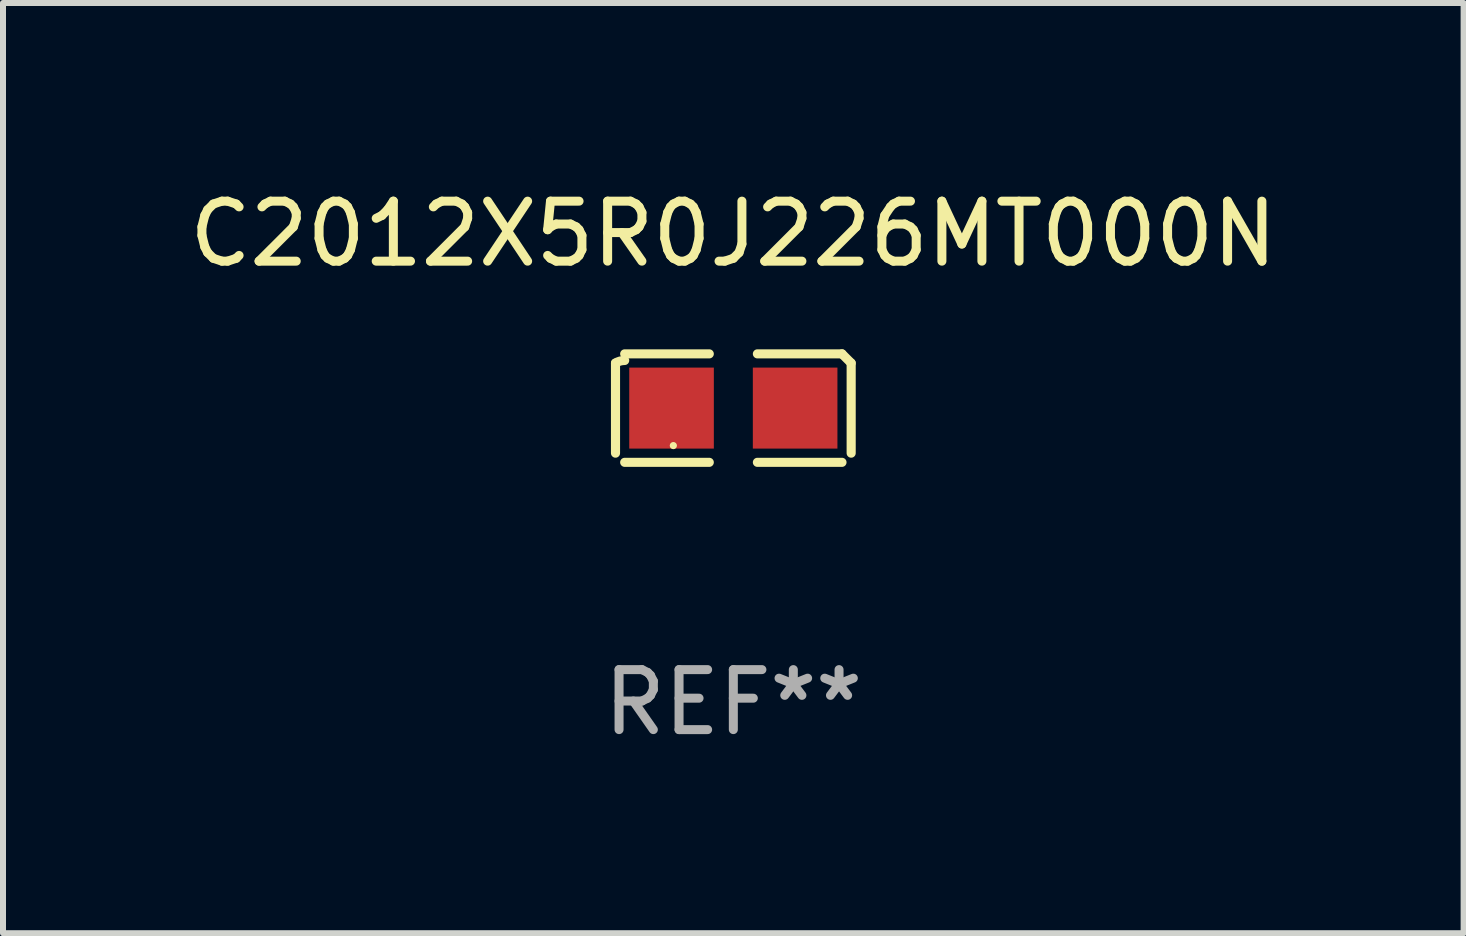
<source format=kicad_pcb>
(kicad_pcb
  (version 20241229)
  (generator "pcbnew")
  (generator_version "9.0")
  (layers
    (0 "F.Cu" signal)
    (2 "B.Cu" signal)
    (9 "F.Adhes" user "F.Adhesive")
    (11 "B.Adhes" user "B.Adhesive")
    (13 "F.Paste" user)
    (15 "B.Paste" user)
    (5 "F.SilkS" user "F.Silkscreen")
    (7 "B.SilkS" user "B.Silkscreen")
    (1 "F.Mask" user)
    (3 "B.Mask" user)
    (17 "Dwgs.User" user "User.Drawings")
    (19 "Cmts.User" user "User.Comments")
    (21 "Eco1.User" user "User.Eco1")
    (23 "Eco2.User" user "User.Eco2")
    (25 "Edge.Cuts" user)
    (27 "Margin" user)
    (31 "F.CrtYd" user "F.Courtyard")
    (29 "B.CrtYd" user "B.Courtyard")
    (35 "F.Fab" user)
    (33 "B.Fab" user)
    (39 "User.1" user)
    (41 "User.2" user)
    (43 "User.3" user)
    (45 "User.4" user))
  (footprint "C2012X5R0J226MT000N"
    (layer "F.Cu")
    (at 9.173 3.752)
    (property "Reference" "C2012X5R0J226MT000N" (at 0 -2.904 0) (layer "F.SilkS") (effects (font (size 1 1) (thickness 0.15))))
    (attr through_hole)
    (fp_line (start -1.964 0.751) (end -1.964 -0.751) (stroke (width 0.152) (type solid)) (layer "F.SilkS"))
    (fp_line (start -1.811 -0.904) (end -0.401 -0.904) (stroke (width 0.152) (type solid)) (layer "F.SilkS"))
    (fp_line (start -0.401 0.904) (end -1.811 0.904) (stroke (width 0.152) (type solid)) (layer "F.SilkS"))
    (fp_line (start 0.401 0.904) (end 1.811 0.904) (stroke (width 0.152) (type solid)) (layer "F.SilkS"))
    (fp_line (start 1.811 -0.904) (end 0.401 -0.904) (stroke (width 0.152) (type solid)) (layer "F.SilkS"))
    (fp_line (start 1.964 0.751) (end 1.964 -0.751) (stroke (width 0.152) (type solid)) (layer "F.SilkS"))
    (fp_arc (start -1.963602 -0.751207) (mid -1.890354 -0.783131) (end -1.811201 -0.794044) (stroke (width 0.1524) (type solid)) (layer "F.SilkS"))
    (fp_arc (start 1.811202 -0.903607) (mid 1.887413 -0.827418) (end 1.963602 -0.751207) (stroke (width 0.1524) (type solid)) (layer "F.SilkS"))
    (fp_circle (center -1 0.625) (end -0.97 0.625) (stroke (width 0.06) (type solid)) (fill no) (layer "F.SilkS"))
    (fp_text user "REF**" (at 0 4.904 0) (layer "F.Fab") (effects (font (size 1 1) (thickness 0.15))))
    (pad "1" smd rect (at -1.03 0) (size 1.41 1.35) (layers "F.Cu" "F.Mask" "F.Paste"))
    (pad "2" smd rect (at 1.03 0) (size 1.41 1.35) (layers "F.Cu" "F.Mask" "F.Paste")))
  (gr_rect
    (start -3 -3)
    (end 21.345 12.504)
    (stroke (width 0.1) (type default))
    (fill no)
    (layer "Edge.Cuts")))
</source>
